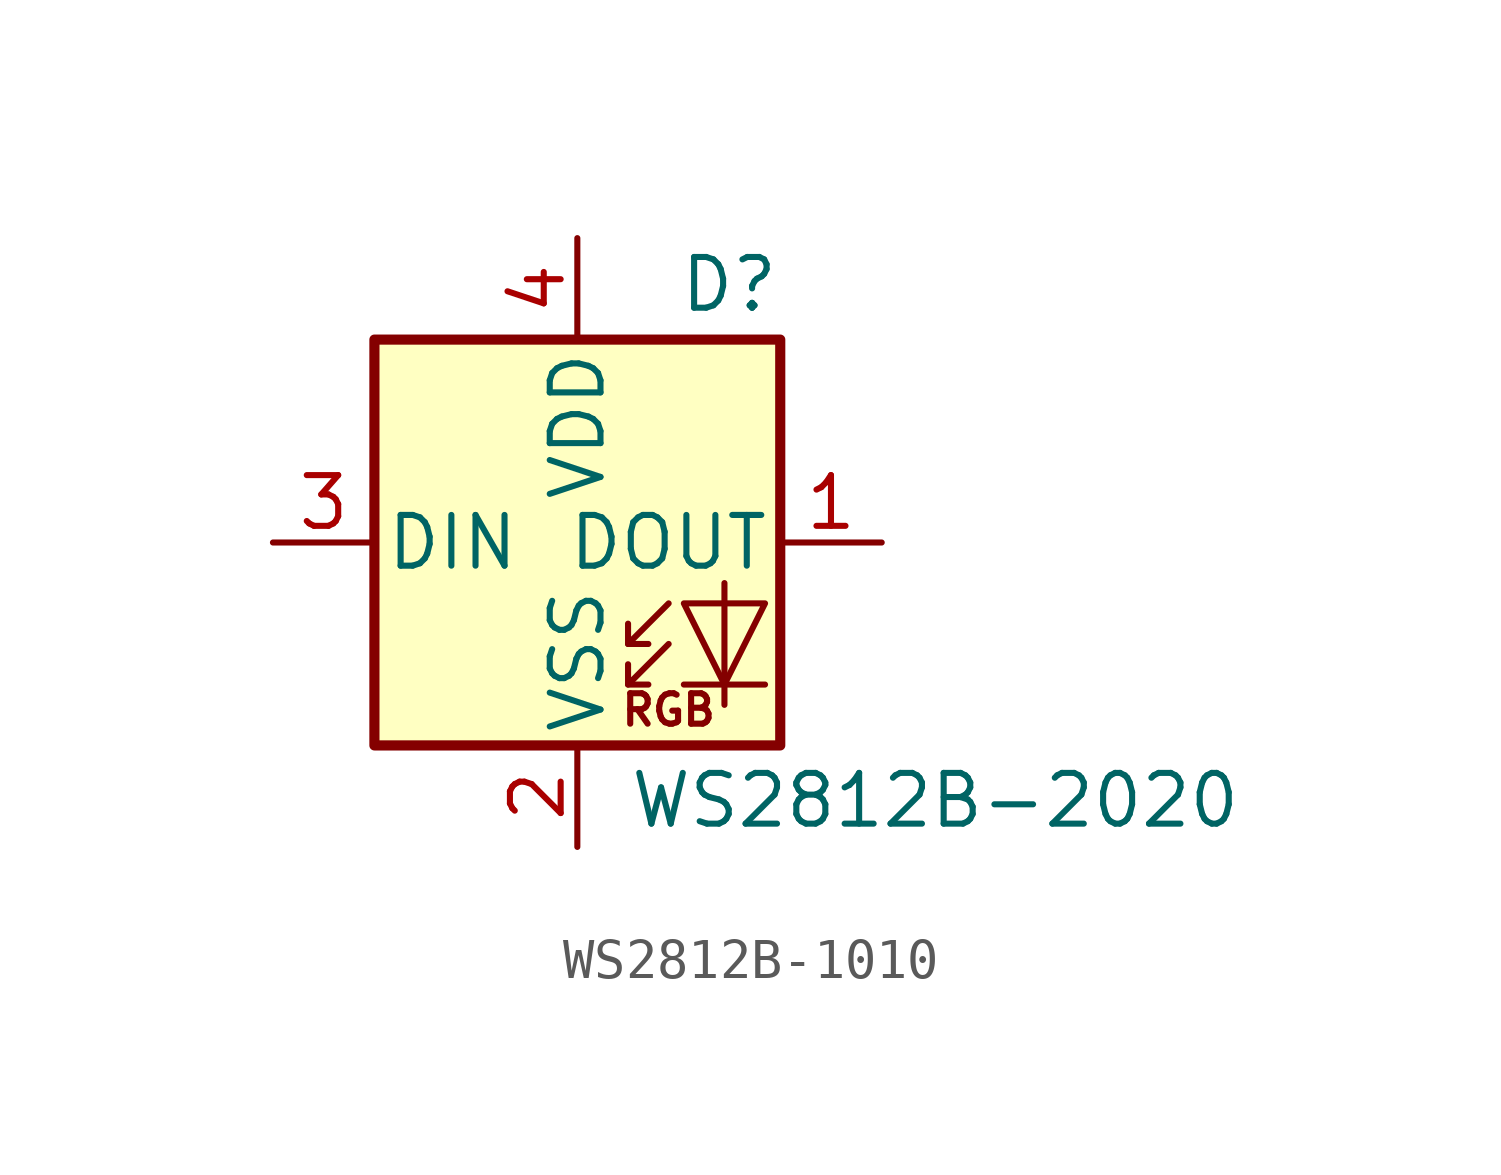
<source format=kicad_sym>
(kicad_symbol_lib
  (version 20231120)
  (generator "kicad_symbol_editor")
  (generator_version "8.0")
  (symbol "WS2812B-1010"
    (pin_names
      (offset 0.254))
    (property "Reference" "D"
      (at 5.08 5.715 0)
      (effects (font (size 1.27 1.27)) (justify right bottom)))
    (property "Value" "WS2812B-2020"
      (at 1.27 -5.715 0)
      (effects (font (size 1.27 1.27)) (justify left top)))
    (symbol "WS2812B-1010_0_0"
      (text "RGB" (at 2.286 -4.191 0) (effects (font (size 0.762 0.762)))))
    (symbol "WS2812B-1010_0_1"
      (polyline (pts (xy 1.27 -3.556) (xy 1.778 -3.556)) (stroke (width 0) (type default)) (fill (type none)))
      (polyline (pts (xy 1.27 -2.54) (xy 1.778 -2.54)) (stroke (width 0) (type default)) (fill (type none)))
      (polyline (pts (xy 4.699 -3.556) (xy 2.667 -3.556)) (stroke (width 0) (type default)) (fill (type none)))
      (polyline (pts (xy 2.286 -2.54) (xy 1.27 -3.556) (xy 1.27 -3.048)) (stroke (width 0) (type default)) (fill (type none)))
      (polyline (pts (xy 2.286 -1.524) (xy 1.27 -2.54) (xy 1.27 -2.032)) (stroke (width 0) (type default)) (fill (type none)))
      (polyline (pts (xy 3.683 -1.016) (xy 3.683 -3.556) (xy 3.683 -4.064)) (stroke (width 0) (type default)) (fill (type none)))
      (polyline (pts (xy 4.699 -1.524) (xy 2.667 -1.524) (xy 3.683 -3.556) (xy 4.699 -1.524)) (stroke (width 0) (type default)) (fill (type none)))
      (rectangle (start 5.08 5.08) (end -5.08 -5.08) (stroke (width 0.254) (type default)) (fill (type background))))
    (symbol "WS2812B-1010_1_1"
      (pin output line (at 7.62 0 180) (length 2.54) (name "DOUT" (effects (font (size 1.27 1.27)))) (number "1" (effects (font (size 1.27 1.27)))))
      (pin power_in line (at 0 -7.62 90) (length 2.54) (name "VSS" (effects (font (size 1.27 1.27)))) (number "2" (effects (font (size 1.27 1.27)))))
      (pin input line (at -7.62 0 0) (length 2.54) (name "DIN" (effects (font (size 1.27 1.27)))) (number "3" (effects (font (size 1.27 1.27)))))
      (pin power_in line (at 0 7.62 270) (length 2.54) (name "VDD" (effects (font (size 1.27 1.27)))) (number "4" (effects (font (size 1.27 1.27))))))))
</source>
